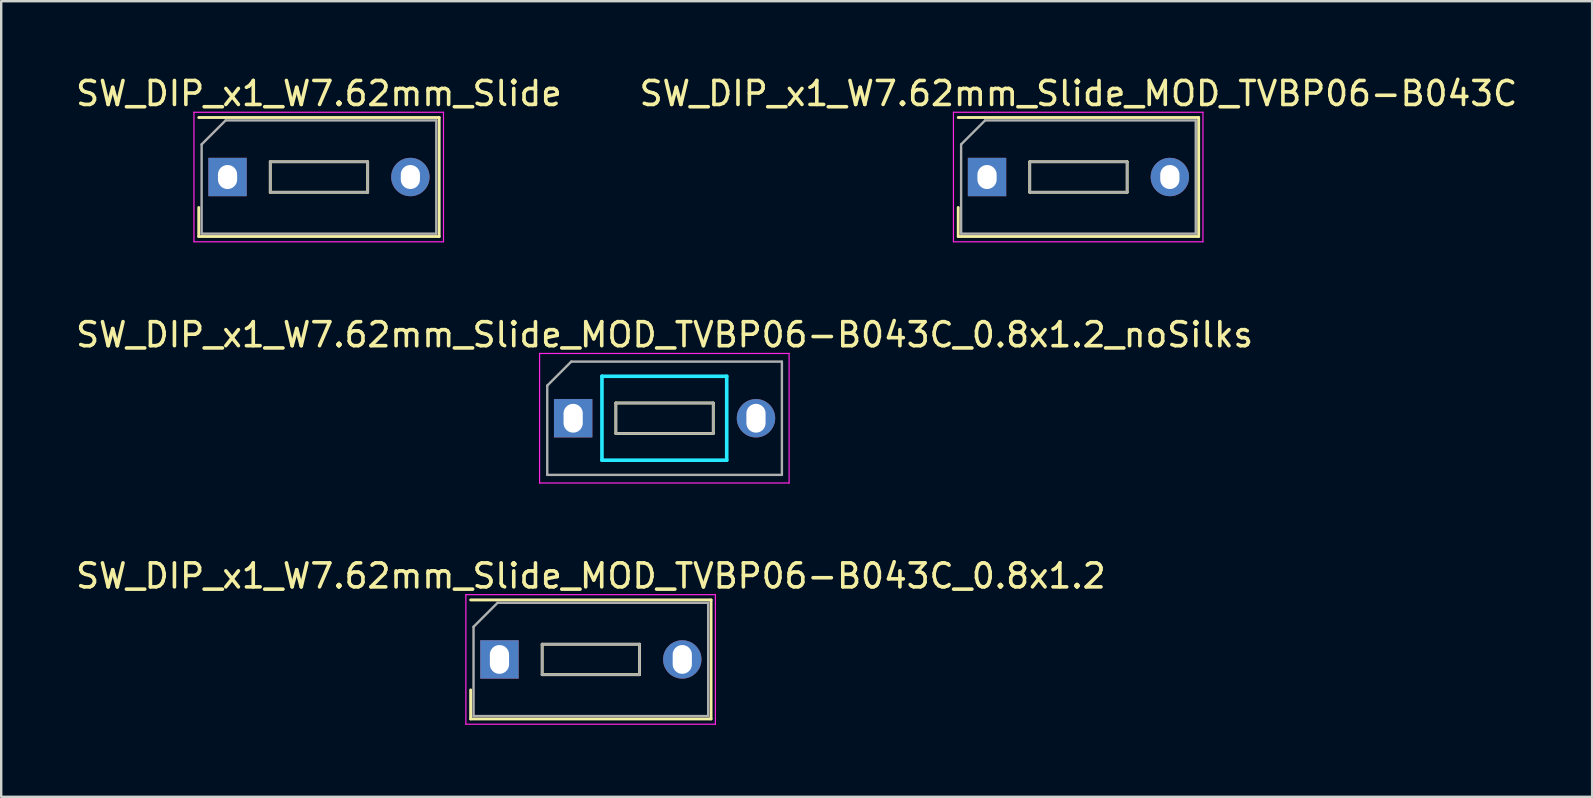
<source format=kicad_pcb>
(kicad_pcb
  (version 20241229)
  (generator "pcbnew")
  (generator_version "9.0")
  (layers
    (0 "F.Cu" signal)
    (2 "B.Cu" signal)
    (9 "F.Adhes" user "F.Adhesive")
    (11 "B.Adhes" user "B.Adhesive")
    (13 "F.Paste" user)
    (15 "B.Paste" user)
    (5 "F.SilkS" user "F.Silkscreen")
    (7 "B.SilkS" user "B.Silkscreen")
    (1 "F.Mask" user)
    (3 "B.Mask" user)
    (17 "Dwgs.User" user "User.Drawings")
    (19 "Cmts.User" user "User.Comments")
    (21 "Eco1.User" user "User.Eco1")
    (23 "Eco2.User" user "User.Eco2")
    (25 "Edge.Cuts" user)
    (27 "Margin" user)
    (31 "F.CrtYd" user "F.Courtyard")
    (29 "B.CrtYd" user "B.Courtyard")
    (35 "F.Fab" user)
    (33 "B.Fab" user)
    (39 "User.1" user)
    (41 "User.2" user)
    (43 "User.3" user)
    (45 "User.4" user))
  (footprint "SW_DIP_x1_W7.62mm_Slide_MOD_TVBP06-B043C"
    (layer "F.Cu")
    (at 38.089 4.328)
    (property "Reference" "SW_DIP_x1_W7.62mm_Slide_MOD_TVBP06-B043C" (at 3.81 -3.48 0) (layer "F.SilkS") (effects (font (size 1 1) (thickness 0.15))))
    (attr through_hole)
    (fp_line (start -1.2 -2.48) (end 8.82 -2.48) (stroke (width 0.12) (type solid)) (layer "F.SilkS"))
    (fp_line (start -1.2 2.48) (end -1.2 1.27) (stroke (width 0.12) (type solid)) (layer "F.SilkS"))
    (fp_line (start 1.78 -0.635) (end 1.78 0.635) (stroke (width 0.12) (type solid)) (layer "F.SilkS"))
    (fp_line (start 1.78 0.635) (end 5.84 0.635) (stroke (width 0.12) (type solid)) (layer "F.SilkS"))
    (fp_line (start 5.84 -0.635) (end 1.78 -0.635) (stroke (width 0.12) (type solid)) (layer "F.SilkS"))
    (fp_line (start 5.84 0.635) (end 5.84 -0.635) (stroke (width 0.12) (type solid)) (layer "F.SilkS"))
    (fp_line (start 8.82 -2.48) (end 8.82 2.48) (stroke (width 0.12) (type solid)) (layer "F.SilkS"))
    (fp_line (start 8.82 2.48) (end -1.2 2.48) (stroke (width 0.12) (type solid)) (layer "F.SilkS"))
    (fp_line (start -1.4 -2.7) (end -1.4 2.7) (stroke (width 0.05) (type solid)) (layer "F.CrtYd"))
    (fp_line (start -1.4 2.7) (end 9 2.7) (stroke (width 0.05) (type solid)) (layer "F.CrtYd"))
    (fp_line (start 9 -2.7) (end -1.4 -2.7) (stroke (width 0.05) (type solid)) (layer "F.CrtYd"))
    (fp_line (start 9 2.7) (end 9 -2.7) (stroke (width 0.05) (type solid)) (layer "F.CrtYd"))
    (fp_line (start -1.08 -1.36) (end -0.08 -2.36) (stroke (width 0.1) (type solid)) (layer "F.Fab"))
    (fp_line (start -1.08 2.36) (end -1.08 -1.36) (stroke (width 0.1) (type solid)) (layer "F.Fab"))
    (fp_line (start -0.08 -2.36) (end 8.7 -2.36) (stroke (width 0.1) (type solid)) (layer "F.Fab"))
    (fp_line (start 1.78 -0.635) (end 1.78 0.635) (stroke (width 0.1) (type solid)) (layer "F.Fab"))
    (fp_line (start 1.78 0.635) (end 5.84 0.635) (stroke (width 0.1) (type solid)) (layer "F.Fab"))
    (fp_line (start 5.84 -0.635) (end 1.78 -0.635) (stroke (width 0.1) (type solid)) (layer "F.Fab"))
    (fp_line (start 5.84 0.635) (end 5.84 -0.635) (stroke (width 0.1) (type solid)) (layer "F.Fab"))
    (fp_line (start 8.7 -2.36) (end 8.7 2.36) (stroke (width 0.1) (type solid)) (layer "F.Fab"))
    (fp_line (start 8.7 2.36) (end -1.08 2.36) (stroke (width 0.1) (type solid)) (layer "F.Fab"))
    (pad "1" thru_hole rect (at 0 0) (size 1.6 1.6) (drill oval 0.8 1) (layers "*.Cu" "*.Mask"))
    (pad "2" thru_hole oval (at 7.62 0) (size 1.6 1.6) (drill oval 0.8 1) (layers "*.Cu" "*.Mask")))
  (footprint "SW_DIP_x1_W7.62mm_Slide"
    (layer "F.Cu")
    (at 6.434 4.328)
    (property "Reference" "SW_DIP_x1_W7.62mm_Slide" (at 3.81 -3.48 0) (layer "F.SilkS") (effects (font (size 1 1) (thickness 0.15))))
    (attr through_hole)
    (fp_line (start -1.2 -2.48) (end 8.82 -2.48) (stroke (width 0.12) (type solid)) (layer "F.SilkS"))
    (fp_line (start -1.2 2.48) (end -1.2 1.27) (stroke (width 0.12) (type solid)) (layer "F.SilkS"))
    (fp_line (start 1.78 -0.635) (end 1.78 0.635) (stroke (width 0.12) (type solid)) (layer "F.SilkS"))
    (fp_line (start 1.78 0.635) (end 5.84 0.635) (stroke (width 0.12) (type solid)) (layer "F.SilkS"))
    (fp_line (start 5.84 -0.635) (end 1.78 -0.635) (stroke (width 0.12) (type solid)) (layer "F.SilkS"))
    (fp_line (start 5.84 0.635) (end 5.84 -0.635) (stroke (width 0.12) (type solid)) (layer "F.SilkS"))
    (fp_line (start 8.82 -2.48) (end 8.82 2.48) (stroke (width 0.12) (type solid)) (layer "F.SilkS"))
    (fp_line (start 8.82 2.48) (end -1.2 2.48) (stroke (width 0.12) (type solid)) (layer "F.SilkS"))
    (fp_line (start -1.4 -2.7) (end -1.4 2.7) (stroke (width 0.05) (type solid)) (layer "F.CrtYd"))
    (fp_line (start -1.4 2.7) (end 9 2.7) (stroke (width 0.05) (type solid)) (layer "F.CrtYd"))
    (fp_line (start 9 -2.7) (end -1.4 -2.7) (stroke (width 0.05) (type solid)) (layer "F.CrtYd"))
    (fp_line (start 9 2.7) (end 9 -2.7) (stroke (width 0.05) (type solid)) (layer "F.CrtYd"))
    (fp_line (start -1.08 -1.36) (end -0.08 -2.36) (stroke (width 0.1) (type solid)) (layer "F.Fab"))
    (fp_line (start -1.08 2.36) (end -1.08 -1.36) (stroke (width 0.1) (type solid)) (layer "F.Fab"))
    (fp_line (start -0.08 -2.36) (end 8.7 -2.36) (stroke (width 0.1) (type solid)) (layer "F.Fab"))
    (fp_line (start 1.78 -0.635) (end 1.78 0.635) (stroke (width 0.1) (type solid)) (layer "F.Fab"))
    (fp_line (start 1.78 0.635) (end 5.84 0.635) (stroke (width 0.1) (type solid)) (layer "F.Fab"))
    (fp_line (start 5.84 -0.635) (end 1.78 -0.635) (stroke (width 0.1) (type solid)) (layer "F.Fab"))
    (fp_line (start 5.84 0.635) (end 5.84 -0.635) (stroke (width 0.1) (type solid)) (layer "F.Fab"))
    (fp_line (start 8.7 -2.36) (end 8.7 2.36) (stroke (width 0.1) (type solid)) (layer "F.Fab"))
    (fp_line (start 8.7 2.36) (end -1.08 2.36) (stroke (width 0.1) (type solid)) (layer "F.Fab"))
    (pad "1" thru_hole rect (at 0 0) (size 1.6 1.6) (drill oval 0.8 1) (layers "*.Cu" "*.Mask"))
    (pad "2" thru_hole oval (at 7.62 0) (size 1.6 1.6) (drill oval 0.8 1) (layers "*.Cu" "*.Mask")))
  (footprint "SW_DIP_x1_W7.62mm_Slide_MOD_TVBP06-B043C_0.8x1.2_noSilks"
    (layer "F.Cu")
    (at 20.839 14.382)
    (property "Reference" "SW_DIP_x1_W7.62mm_Slide_MOD_TVBP06-B043C_0.8x1.2_noSilks" (at 3.81 -3.48 0) (layer "F.SilkS") (effects (font (size 1 1) (thickness 0.15))))
    (attr through_hole)
    (fp_line (start 1.78 -0.635) (end 1.78 0.635) (stroke (width 0.12) (type solid)) (layer "F.SilkS"))
    (fp_line (start 1.78 0.635) (end 5.84 0.635) (stroke (width 0.12) (type solid)) (layer "F.SilkS"))
    (fp_line (start 5.84 -0.635) (end 1.78 -0.635) (stroke (width 0.12) (type solid)) (layer "F.SilkS"))
    (fp_line (start 5.84 0.635) (end 5.84 -0.635) (stroke (width 0.12) (type solid)) (layer "F.SilkS"))
    (fp_line (start 1.2 -1.75) (end 1.2 1.75) (stroke (width 0.15) (type solid)) (layer "B.CrtYd"))
    (fp_line (start 1.2 -1.75) (end 6.4 -1.75) (stroke (width 0.15) (type solid)) (layer "B.CrtYd"))
    (fp_line (start 1.2 1.75) (end 6.4 1.75) (stroke (width 0.15) (type solid)) (layer "B.CrtYd"))
    (fp_line (start 6.4 -1.75) (end 6.4 1.75) (stroke (width 0.15) (type solid)) (layer "B.CrtYd"))
    (fp_line (start -1.4 -2.7) (end -1.4 2.7) (stroke (width 0.05) (type solid)) (layer "F.CrtYd"))
    (fp_line (start -1.4 2.7) (end 9 2.7) (stroke (width 0.05) (type solid)) (layer "F.CrtYd"))
    (fp_line (start 9 -2.7) (end -1.4 -2.7) (stroke (width 0.05) (type solid)) (layer "F.CrtYd"))
    (fp_line (start 9 2.7) (end 9 -2.7) (stroke (width 0.05) (type solid)) (layer "F.CrtYd"))
    (fp_line (start -1.08 -1.36) (end -0.08 -2.36) (stroke (width 0.1) (type solid)) (layer "F.Fab"))
    (fp_line (start -1.08 2.36) (end -1.08 -1.36) (stroke (width 0.1) (type solid)) (layer "F.Fab"))
    (fp_line (start -0.08 -2.36) (end 8.7 -2.36) (stroke (width 0.1) (type solid)) (layer "F.Fab"))
    (fp_line (start 1.78 -0.635) (end 1.78 0.635) (stroke (width 0.1) (type solid)) (layer "F.Fab"))
    (fp_line (start 1.78 0.635) (end 5.84 0.635) (stroke (width 0.1) (type solid)) (layer "F.Fab"))
    (fp_line (start 5.84 -0.635) (end 1.78 -0.635) (stroke (width 0.1) (type solid)) (layer "F.Fab"))
    (fp_line (start 5.84 0.635) (end 5.84 -0.635) (stroke (width 0.1) (type solid)) (layer "F.Fab"))
    (fp_line (start 8.7 -2.36) (end 8.7 2.36) (stroke (width 0.1) (type solid)) (layer "F.Fab"))
    (fp_line (start 8.7 2.36) (end -1.08 2.36) (stroke (width 0.1) (type solid)) (layer "F.Fab"))
    (pad "1" thru_hole rect (at 0 0) (size 1.6 1.6) (drill oval 0.8 1.2) (layers "*.Cu" "*.Mask"))
    (pad "2" thru_hole oval (at 7.62 0) (size 1.6 1.6) (drill oval 0.8 1.2) (layers "*.Cu" "*.Mask")))
  (footprint "SW_DIP_x1_W7.62mm_Slide_MOD_TVBP06-B043C_0.8x1.2"
    (layer "F.Cu")
    (at 17.767 24.435)
    (property "Reference" "SW_DIP_x1_W7.62mm_Slide_MOD_TVBP06-B043C_0.8x1.2" (at 3.81 -3.48 0) (layer "F.SilkS") (effects (font (size 1 1) (thickness 0.15))))
    (attr through_hole)
    (fp_line (start -1.2 -2.48) (end 8.82 -2.48) (stroke (width 0.12) (type solid)) (layer "F.SilkS"))
    (fp_line (start -1.2 2.48) (end -1.2 1.27) (stroke (width 0.12) (type solid)) (layer "F.SilkS"))
    (fp_line (start 1.78 -0.635) (end 1.78 0.635) (stroke (width 0.12) (type solid)) (layer "F.SilkS"))
    (fp_line (start 1.78 0.635) (end 5.84 0.635) (stroke (width 0.12) (type solid)) (layer "F.SilkS"))
    (fp_line (start 5.84 -0.635) (end 1.78 -0.635) (stroke (width 0.12) (type solid)) (layer "F.SilkS"))
    (fp_line (start 5.84 0.635) (end 5.84 -0.635) (stroke (width 0.12) (type solid)) (layer "F.SilkS"))
    (fp_line (start 8.82 -2.48) (end 8.82 2.48) (stroke (width 0.12) (type solid)) (layer "F.SilkS"))
    (fp_line (start 8.82 2.48) (end -1.2 2.48) (stroke (width 0.12) (type solid)) (layer "F.SilkS"))
    (fp_line (start -1.4 -2.7) (end -1.4 2.7) (stroke (width 0.05) (type solid)) (layer "F.CrtYd"))
    (fp_line (start -1.4 2.7) (end 9 2.7) (stroke (width 0.05) (type solid)) (layer "F.CrtYd"))
    (fp_line (start 9 -2.7) (end -1.4 -2.7) (stroke (width 0.05) (type solid)) (layer "F.CrtYd"))
    (fp_line (start 9 2.7) (end 9 -2.7) (stroke (width 0.05) (type solid)) (layer "F.CrtYd"))
    (fp_line (start -1.08 -1.36) (end -0.08 -2.36) (stroke (width 0.1) (type solid)) (layer "F.Fab"))
    (fp_line (start -1.08 2.36) (end -1.08 -1.36) (stroke (width 0.1) (type solid)) (layer "F.Fab"))
    (fp_line (start -0.08 -2.36) (end 8.7 -2.36) (stroke (width 0.1) (type solid)) (layer "F.Fab"))
    (fp_line (start 1.78 -0.635) (end 1.78 0.635) (stroke (width 0.1) (type solid)) (layer "F.Fab"))
    (fp_line (start 1.78 0.635) (end 5.84 0.635) (stroke (width 0.1) (type solid)) (layer "F.Fab"))
    (fp_line (start 5.84 -0.635) (end 1.78 -0.635) (stroke (width 0.1) (type solid)) (layer "F.Fab"))
    (fp_line (start 5.84 0.635) (end 5.84 -0.635) (stroke (width 0.1) (type solid)) (layer "F.Fab"))
    (fp_line (start 8.7 -2.36) (end 8.7 2.36) (stroke (width 0.1) (type solid)) (layer "F.Fab"))
    (fp_line (start 8.7 2.36) (end -1.08 2.36) (stroke (width 0.1) (type solid)) (layer "F.Fab"))
    (pad "1" thru_hole rect (at 0 0) (size 1.6 1.6) (drill oval 0.8 1.2) (layers "*.Cu" "*.Mask"))
    (pad "2" thru_hole oval (at 7.62 0) (size 1.6 1.6) (drill oval 0.8 1.2) (layers "*.Cu" "*.Mask")))
  (gr_rect
    (start -3 -3)
    (end 63.31 30.16)
    (stroke (width 0.1) (type default))
    (fill no)
    (layer "Edge.Cuts")))
</source>
